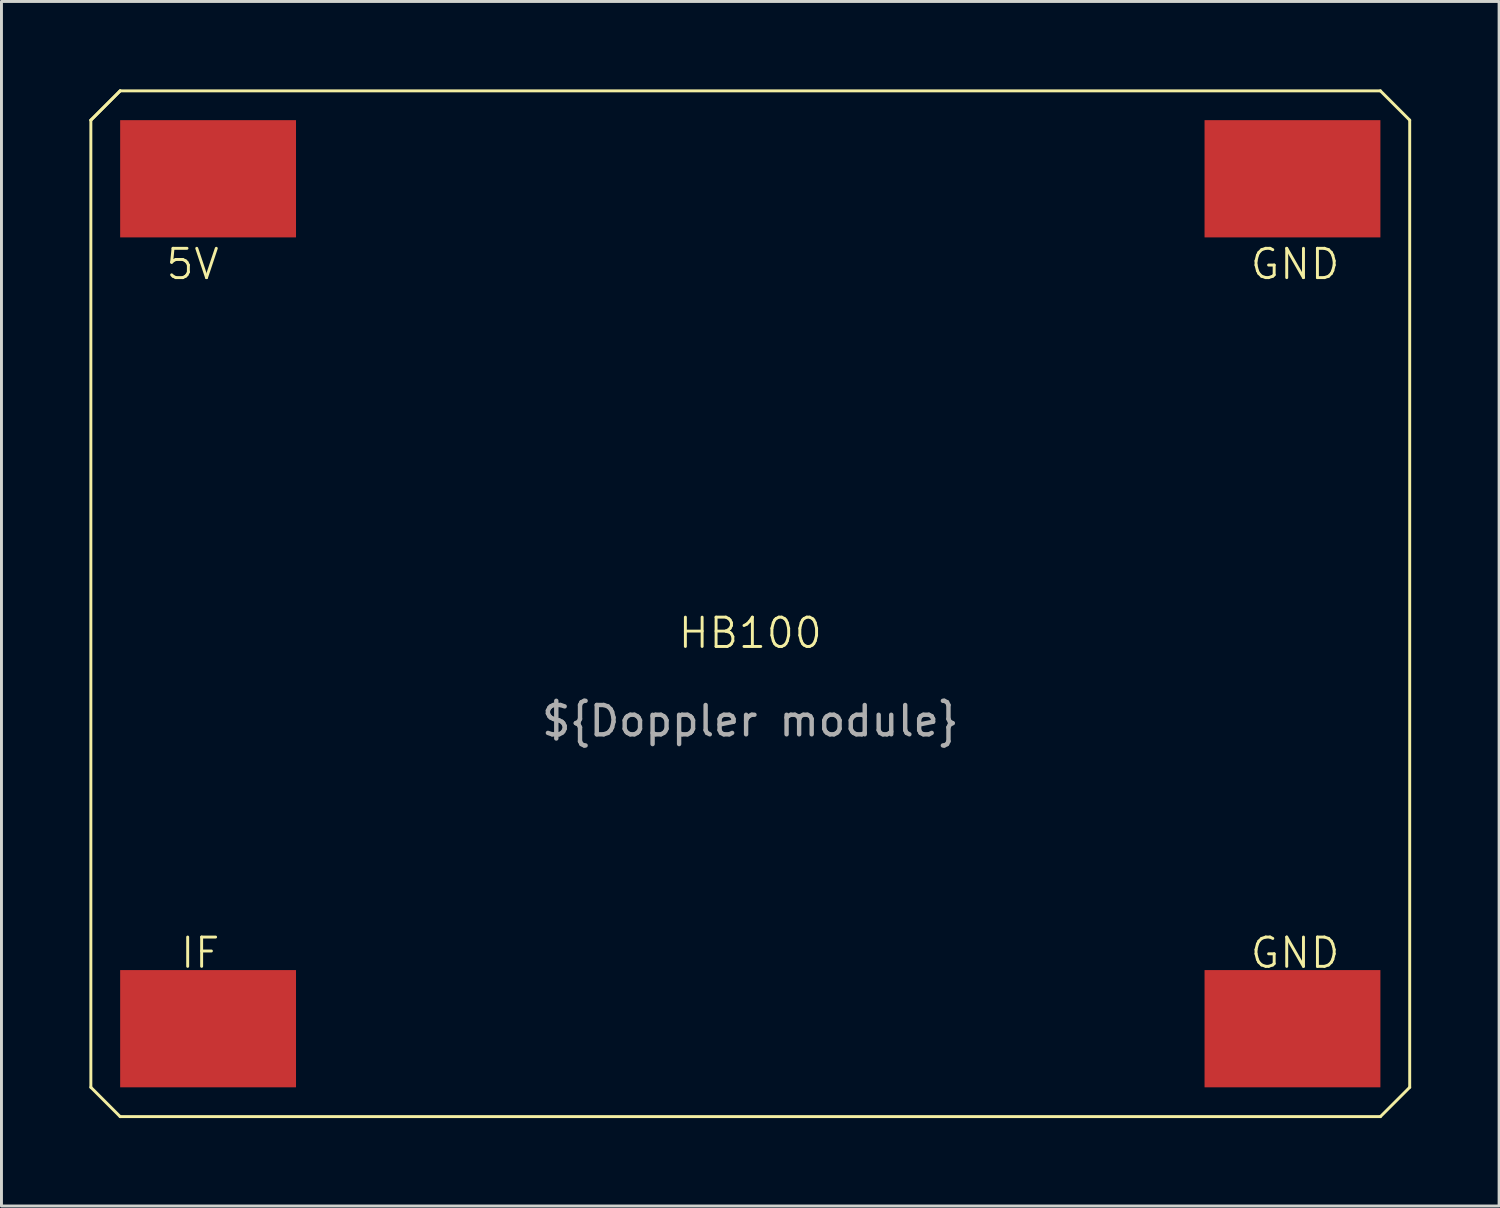
<source format=kicad_pcb>
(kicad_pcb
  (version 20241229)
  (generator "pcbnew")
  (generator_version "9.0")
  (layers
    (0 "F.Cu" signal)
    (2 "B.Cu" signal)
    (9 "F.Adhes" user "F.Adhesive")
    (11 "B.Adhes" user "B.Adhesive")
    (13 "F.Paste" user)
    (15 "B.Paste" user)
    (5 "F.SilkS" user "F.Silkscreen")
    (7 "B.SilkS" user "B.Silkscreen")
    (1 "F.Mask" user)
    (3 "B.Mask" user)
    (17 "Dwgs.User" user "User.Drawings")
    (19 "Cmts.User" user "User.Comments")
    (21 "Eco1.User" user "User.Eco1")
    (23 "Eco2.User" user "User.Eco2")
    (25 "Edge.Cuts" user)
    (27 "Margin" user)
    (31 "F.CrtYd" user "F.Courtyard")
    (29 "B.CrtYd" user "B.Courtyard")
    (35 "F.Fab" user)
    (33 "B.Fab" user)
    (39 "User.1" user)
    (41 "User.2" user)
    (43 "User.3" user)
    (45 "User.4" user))
  (footprint "HB100"
    (layer "F.Cu")
    (at 22.55 19.05)
    (property "Reference" "HB100" (at 0 -0.5 0) (unlocked yes) (layer "F.SilkS") (effects (font (size 1 1) (thickness 0.1))))
    (attr smd)
    (fp_line (start -22.5 -18) (end -21.5 -19) (stroke (width 0.1) (type default)) (layer "F.SilkS"))
    (fp_line (start -22.5 15) (end -22.5 -18) (stroke (width 0.1) (type default)) (layer "F.SilkS"))
    (fp_line (start -21.5 -19) (end -22.5 -18) (stroke (width 0.1) (type default)) (layer "F.SilkS"))
    (fp_line (start -21.5 -19) (end 21.5 -19) (stroke (width 0.1) (type default)) (layer "F.SilkS"))
    (fp_line (start -21.5 16) (end -22.5 15) (stroke (width 0.1) (type default)) (layer "F.SilkS"))
    (fp_line (start 21.5 16) (end -21.5 16) (stroke (width 0.1) (type default)) (layer "F.SilkS"))
    (fp_line (start 22.5 -18) (end 21.5 -19) (stroke (width 0.1) (type default)) (layer "F.SilkS"))
    (fp_line (start 22.5 -18) (end 22.5 15) (stroke (width 0.1) (type default)) (layer "F.SilkS"))
    (fp_line (start 22.5 15) (end 21.5 16) (stroke (width 0.1) (type default)) (layer "F.SilkS"))
    (fp_text user "IF" (at -19.5 11 0) (unlocked yes) (layer "F.SilkS") (effects (font (size 1 1) (thickness 0.1)) (justify left bottom)))
    (fp_text user "5V" (at -20 -12.5 0) (unlocked yes) (layer "F.SilkS") (effects (font (size 1 1) (thickness 0.1)) (justify left bottom)))
    (fp_text user "GND" (at 17 11 0) (unlocked yes) (layer "F.SilkS") (effects (font (size 1 1) (thickness 0.1)) (justify left bottom)))
    (fp_text user "GND" (at 17 -12.5 0) (unlocked yes) (layer "F.SilkS") (effects (font (size 1 1) (thickness 0.1)) (justify left bottom)))
    (fp_text user "${Doppler module}" (at 0 2.5 0) (unlocked yes) (layer "F.Fab") (effects (font (size 1 1) (thickness 0.15))))
    (pad "1" smd rect (at 18.5 -16) (size 6 4) (layers "F.Cu" "F.Mask" "F.Paste"))
    (pad "2" smd rect (at -18.5 -16) (size 6 4) (layers "F.Cu" "F.Mask" "F.Paste"))
    (pad "3" smd rect (at -18.5 13) (size 6 4) (layers "F.Cu" "F.Mask" "F.Paste"))
    (pad "4" smd rect (at 18.5 13) (size 6 4) (layers "F.Cu" "F.Mask" "F.Paste")))
  (gr_rect
    (start -3 -3)
    (end 48.1 38.1)
    (stroke (width 0.1) (type default))
    (fill no)
    (layer "Edge.Cuts")))
</source>
